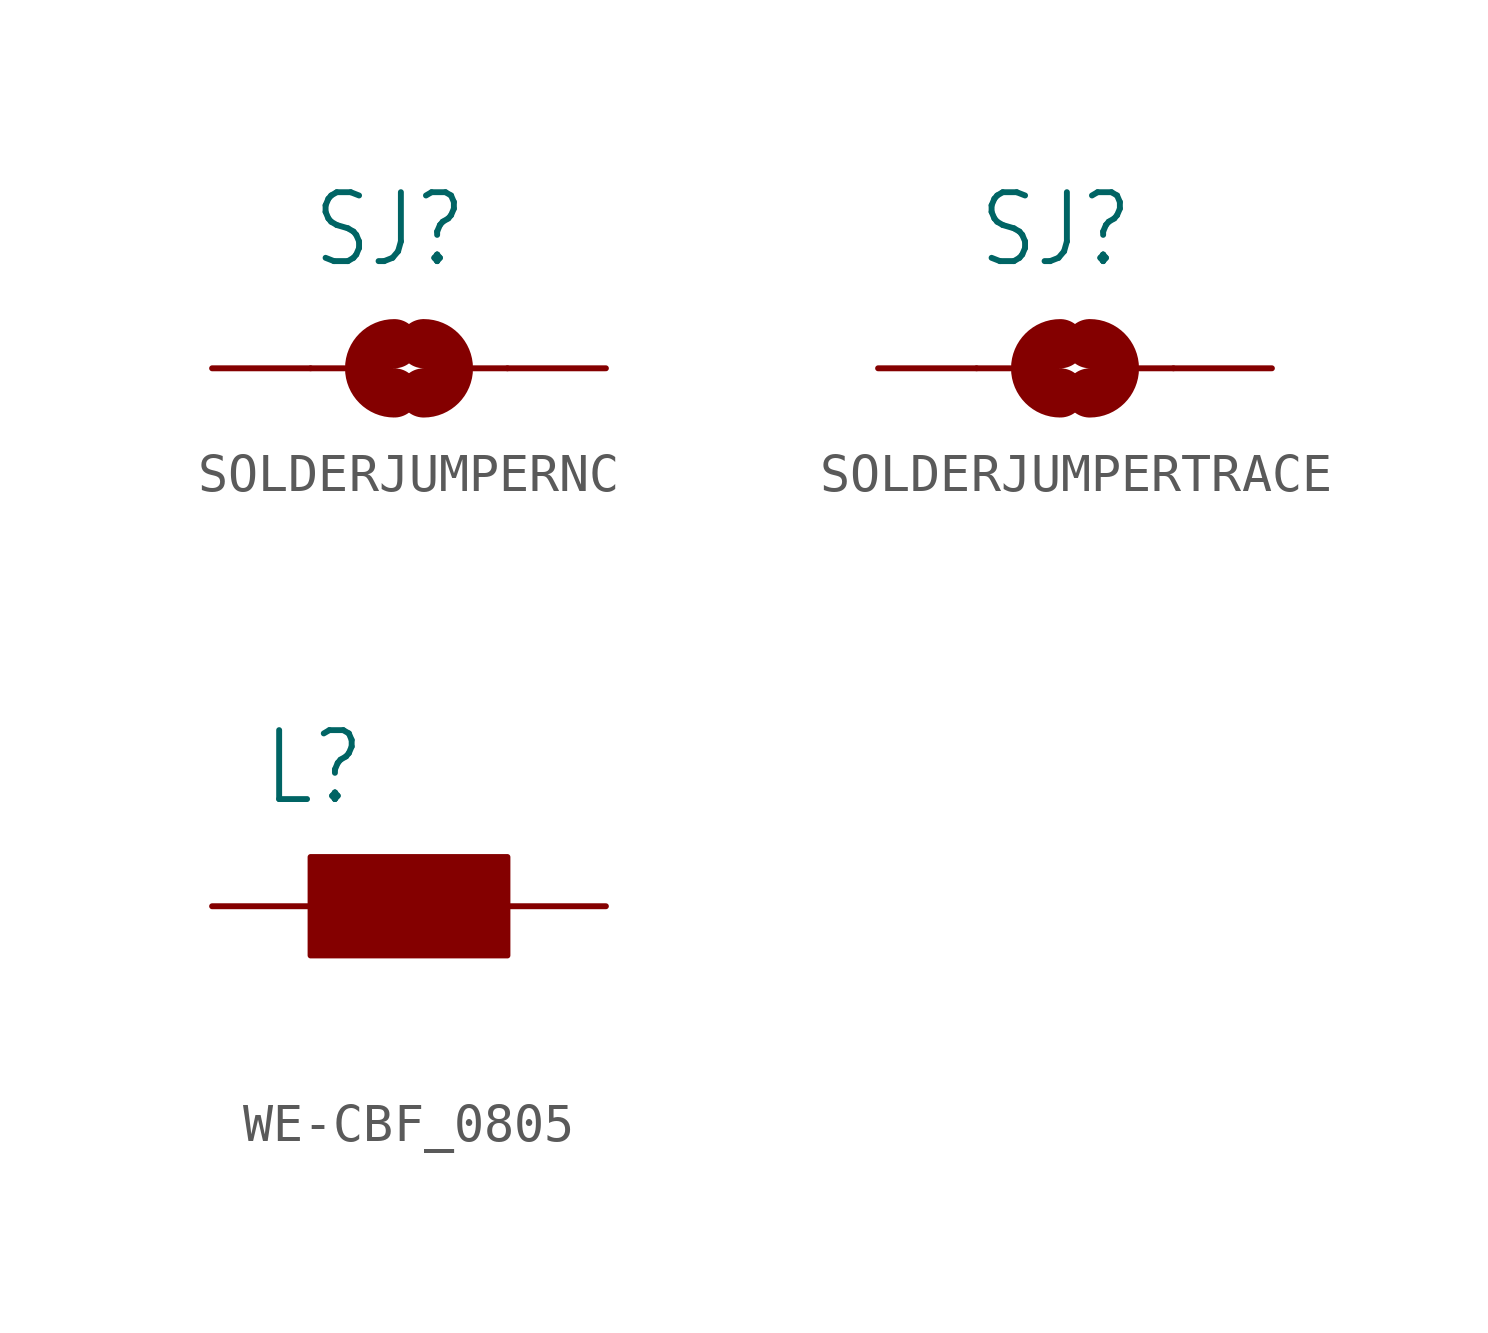
<source format=kicad_sym>
(kicad_symbol_lib
  (version 20220914)
  (generator kicad_symbol_editor)
  (symbol "SOLDERJUMPERNC"
    (property "Reference" "SJ"
      (at -2.54 2.54 0)
      (effects (font (size 1.778 1.511)) (justify left bottom)))
    (property "ki_locked" ""
      (at 0 0 0)
      (effects (font (size 1.27 1.27))))
    (symbol "SOLDERJUMPERNC_1_0"
      (arc (start -0.3808 0.635) (mid -1.0159 0.0001) (end -0.381 -0.635) (stroke (width 1.27) (type solid)) (fill (type none)))
      (polyline (pts (xy -2.54 0) (xy -1.651 0)) (stroke (width 0.152) (type solid)) (fill (type none)))
      (polyline (pts (xy 2.54 0) (xy 1.651 0)) (stroke (width 0.152) (type solid)) (fill (type none)))
      (arc (start 0.3808 -0.635) (mid 1.0159 -0.0001) (end 0.381 0.635) (stroke (width 1.27) (type solid)) (fill (type none)))
      (pin passive line (at -5.08 0 0) (length 2.54) (name "1" (effects (font (size 0 0)))) (number "1" (effects (font (size 0 0)))))
      (pin passive line (at 5.08 0 180) (length 2.54) (name "2" (effects (font (size 0 0)))) (number "2" (effects (font (size 0 0)))))))
  (symbol "SOLDERJUMPERTRACE"
    (property "Reference" "SJ"
      (at -2.54 2.54 0)
      (effects (font (size 1.778 1.511)) (justify left bottom)))
    (property "ki_locked" ""
      (at 0 0 0)
      (effects (font (size 1.27 1.27))))
    (symbol "SOLDERJUMPERTRACE_1_0"
      (arc (start -0.3808 0.635) (mid -1.0159 0.0001) (end -0.381 -0.635) (stroke (width 1.27) (type solid)) (fill (type none)))
      (polyline (pts (xy -2.54 0) (xy -1.651 0)) (stroke (width 0.152) (type solid)) (fill (type none)))
      (polyline (pts (xy 2.54 0) (xy 1.651 0)) (stroke (width 0.152) (type solid)) (fill (type none)))
      (arc (start 0.3808 -0.635) (mid 1.0159 -0.0001) (end 0.381 0.635) (stroke (width 1.27) (type solid)) (fill (type none)))
      (pin passive line (at -5.08 0 0) (length 2.54) (name "1" (effects (font (size 0 0)))) (number "1" (effects (font (size 0 0)))))
      (pin passive line (at 5.08 0 180) (length 2.54) (name "2" (effects (font (size 0 0)))) (number "2" (effects (font (size 0 0)))))))
  (symbol "WE-CBF_0805"
    (property "Reference" "L"
      (at -3.81 5.08 0)
      (effects (font (size 1.778 1.511)) (justify left bottom)))
    (property "Value" ""
      (at -3.81 -1.27 0)
      (effects (font (size 1.778 1.511)) (justify left bottom)))
    (property "ki_locked" ""
      (at 0 0 0)
      (effects (font (size 1.27 1.27))))
    (symbol "WE-CBF_0805_1_0"
      (rectangle (start -2.54 1.27) (end 2.54 3.81) (stroke (width 0) (type default)) (fill (type outline)))
      (pin passive line (at -5.08 2.54 0) (length 2.54) (name "1" (effects (font (size 0 0)))) (number "1" (effects (font (size 0 0)))))
      (pin passive line (at 5.08 2.54 180) (length 2.54) (name "2" (effects (font (size 0 0)))) (number "2" (effects (font (size 0 0))))))))
</source>
